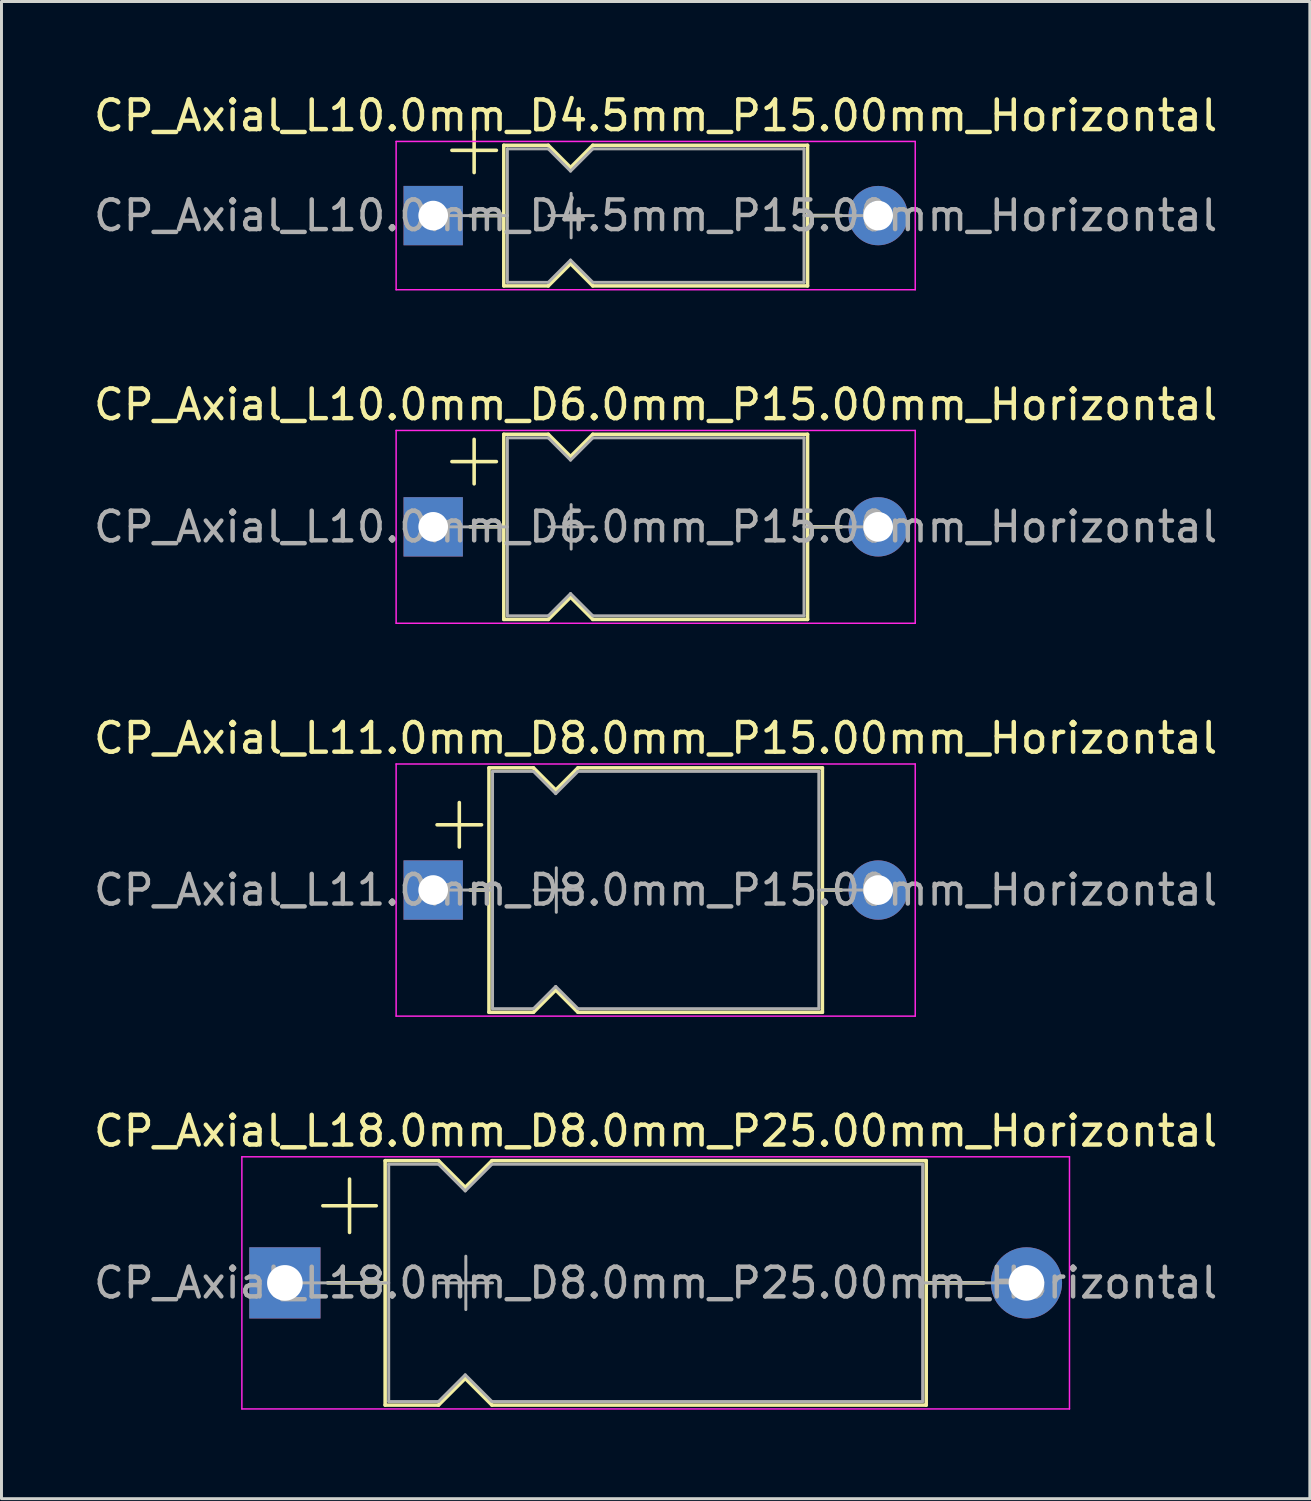
<source format=kicad_pcb>
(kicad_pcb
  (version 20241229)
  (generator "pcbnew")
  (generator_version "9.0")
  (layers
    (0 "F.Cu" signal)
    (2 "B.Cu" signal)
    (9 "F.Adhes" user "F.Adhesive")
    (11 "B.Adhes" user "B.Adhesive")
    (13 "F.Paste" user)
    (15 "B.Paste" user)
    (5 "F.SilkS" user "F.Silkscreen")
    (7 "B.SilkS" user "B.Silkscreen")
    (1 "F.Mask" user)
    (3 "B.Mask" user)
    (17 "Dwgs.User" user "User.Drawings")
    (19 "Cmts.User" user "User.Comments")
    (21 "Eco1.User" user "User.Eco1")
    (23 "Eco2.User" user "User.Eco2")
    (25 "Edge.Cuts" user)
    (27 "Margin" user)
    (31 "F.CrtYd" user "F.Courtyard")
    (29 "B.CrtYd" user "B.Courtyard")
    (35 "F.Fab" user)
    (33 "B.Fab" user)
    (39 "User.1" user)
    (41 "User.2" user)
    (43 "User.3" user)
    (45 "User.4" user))
  (footprint "CP_Axial_L11.0mm_D8.0mm_P15.00mm_Horizontal"
    (layer "F.Cu")
    (at 11.554 26.955)
    (property "Reference" "CP_Axial_L11.0mm_D8.0mm_P15.00mm_Horizontal" (at 7.5 -5.12 0) (layer "F.SilkS") (effects (font (size 1 1) (thickness 0.15))))
    (attr through_hole)
    (fp_line (start 0.13 -2.2) (end 1.63 -2.2) (stroke (width 0.12) (type solid)) (layer "F.SilkS"))
    (fp_line (start 0.88 -2.95) (end 0.88 -1.45) (stroke (width 0.12) (type solid)) (layer "F.SilkS"))
    (fp_line (start 1.24 0) (end 1.88 0) (stroke (width 0.12) (type solid)) (layer "F.SilkS"))
    (fp_line (start 1.88 -4.12) (end 1.88 4.12) (stroke (width 0.12) (type solid)) (layer "F.SilkS"))
    (fp_line (start 1.88 -4.12) (end 3.38 -4.12) (stroke (width 0.12) (type solid)) (layer "F.SilkS"))
    (fp_line (start 1.88 4.12) (end 3.38 4.12) (stroke (width 0.12) (type solid)) (layer "F.SilkS"))
    (fp_line (start 3.38 -4.12) (end 4.13 -3.37) (stroke (width 0.12) (type solid)) (layer "F.SilkS"))
    (fp_line (start 3.38 4.12) (end 4.13 3.37) (stroke (width 0.12) (type solid)) (layer "F.SilkS"))
    (fp_line (start 4.13 -3.37) (end 4.88 -4.12) (stroke (width 0.12) (type solid)) (layer "F.SilkS"))
    (fp_line (start 4.13 3.37) (end 4.88 4.12) (stroke (width 0.12) (type solid)) (layer "F.SilkS"))
    (fp_line (start 4.88 -4.12) (end 13.12 -4.12) (stroke (width 0.12) (type solid)) (layer "F.SilkS"))
    (fp_line (start 4.88 4.12) (end 13.12 4.12) (stroke (width 0.12) (type solid)) (layer "F.SilkS"))
    (fp_line (start 13.12 -4.12) (end 13.12 4.12) (stroke (width 0.12) (type solid)) (layer "F.SilkS"))
    (fp_line (start 13.76 0) (end 13.12 0) (stroke (width 0.12) (type solid)) (layer "F.SilkS"))
    (fp_line (start -1.25 -4.25) (end -1.25 4.25) (stroke (width 0.05) (type solid)) (layer "F.CrtYd"))
    (fp_line (start -1.25 4.25) (end 16.25 4.25) (stroke (width 0.05) (type solid)) (layer "F.CrtYd"))
    (fp_line (start 16.25 -4.25) (end -1.25 -4.25) (stroke (width 0.05) (type solid)) (layer "F.CrtYd"))
    (fp_line (start 16.25 4.25) (end 16.25 -4.25) (stroke (width 0.05) (type solid)) (layer "F.CrtYd"))
    (fp_line (start 0 0) (end 2 0) (stroke (width 0.1) (type solid)) (layer "F.Fab"))
    (fp_line (start 2 -4) (end 2 4) (stroke (width 0.1) (type solid)) (layer "F.Fab"))
    (fp_line (start 2 -4) (end 3.38 -4) (stroke (width 0.1) (type solid)) (layer "F.Fab"))
    (fp_line (start 2 4) (end 3.38 4) (stroke (width 0.1) (type solid)) (layer "F.Fab"))
    (fp_line (start 3.38 -4) (end 4.13 -3.25) (stroke (width 0.1) (type solid)) (layer "F.Fab"))
    (fp_line (start 3.38 4) (end 4.13 3.25) (stroke (width 0.1) (type solid)) (layer "F.Fab"))
    (fp_line (start 3.4 0) (end 4.9 0) (stroke (width 0.1) (type solid)) (layer "F.Fab"))
    (fp_line (start 4.13 -3.25) (end 4.88 -4) (stroke (width 0.1) (type solid)) (layer "F.Fab"))
    (fp_line (start 4.13 3.25) (end 4.88 4) (stroke (width 0.1) (type solid)) (layer "F.Fab"))
    (fp_line (start 4.15 -0.75) (end 4.15 0.75) (stroke (width 0.1) (type solid)) (layer "F.Fab"))
    (fp_line (start 4.88 -4) (end 13 -4) (stroke (width 0.1) (type solid)) (layer "F.Fab"))
    (fp_line (start 4.88 4) (end 13 4) (stroke (width 0.1) (type solid)) (layer "F.Fab"))
    (fp_line (start 13 -4) (end 13 4) (stroke (width 0.1) (type solid)) (layer "F.Fab"))
    (fp_line (start 15 0) (end 13 0) (stroke (width 0.1) (type solid)) (layer "F.Fab"))
    (fp_text user "${REFERENCE}" (at 7.5 0 0) (layer "F.Fab") (effects (font (size 1 1) (thickness 0.15))))
    (pad "1" thru_hole rect (at 0 0) (size 2 2) (drill 1) (layers "*.Cu" "*.Mask"))
    (pad "2" thru_hole oval (at 15 0) (size 2 2) (drill 1) (layers "*.Cu" "*.Mask")))
  (footprint "CP_Axial_L10.0mm_D4.5mm_P15.00mm_Horizontal"
    (layer "F.Cu")
    (at 11.554 4.218)
    (property "Reference" "CP_Axial_L10.0mm_D4.5mm_P15.00mm_Horizontal" (at 7.5 -3.37 0) (layer "F.SilkS") (effects (font (size 1 1) (thickness 0.15))))
    (attr through_hole)
    (fp_line (start 0.63 -2.2) (end 2.13 -2.2) (stroke (width 0.12) (type solid)) (layer "F.SilkS"))
    (fp_line (start 1.24 0) (end 2.38 0) (stroke (width 0.12) (type solid)) (layer "F.SilkS"))
    (fp_line (start 1.38 -2.95) (end 1.38 -1.45) (stroke (width 0.12) (type solid)) (layer "F.SilkS"))
    (fp_line (start 2.38 -2.37) (end 2.38 2.37) (stroke (width 0.12) (type solid)) (layer "F.SilkS"))
    (fp_line (start 2.38 -2.37) (end 3.88 -2.37) (stroke (width 0.12) (type solid)) (layer "F.SilkS"))
    (fp_line (start 2.38 2.37) (end 3.88 2.37) (stroke (width 0.12) (type solid)) (layer "F.SilkS"))
    (fp_line (start 3.88 -2.37) (end 4.63 -1.62) (stroke (width 0.12) (type solid)) (layer "F.SilkS"))
    (fp_line (start 3.88 2.37) (end 4.63 1.62) (stroke (width 0.12) (type solid)) (layer "F.SilkS"))
    (fp_line (start 4.63 -1.62) (end 5.38 -2.37) (stroke (width 0.12) (type solid)) (layer "F.SilkS"))
    (fp_line (start 4.63 1.62) (end 5.38 2.37) (stroke (width 0.12) (type solid)) (layer "F.SilkS"))
    (fp_line (start 5.38 -2.37) (end 12.62 -2.37) (stroke (width 0.12) (type solid)) (layer "F.SilkS"))
    (fp_line (start 5.38 2.37) (end 12.62 2.37) (stroke (width 0.12) (type solid)) (layer "F.SilkS"))
    (fp_line (start 12.62 -2.37) (end 12.62 2.37) (stroke (width 0.12) (type solid)) (layer "F.SilkS"))
    (fp_line (start 13.76 0) (end 12.62 0) (stroke (width 0.12) (type solid)) (layer "F.SilkS"))
    (fp_line (start -1.25 -2.5) (end -1.25 2.5) (stroke (width 0.05) (type solid)) (layer "F.CrtYd"))
    (fp_line (start -1.25 2.5) (end 16.25 2.5) (stroke (width 0.05) (type solid)) (layer "F.CrtYd"))
    (fp_line (start 16.25 -2.5) (end -1.25 -2.5) (stroke (width 0.05) (type solid)) (layer "F.CrtYd"))
    (fp_line (start 16.25 2.5) (end 16.25 -2.5) (stroke (width 0.05) (type solid)) (layer "F.CrtYd"))
    (fp_line (start 0 0) (end 2.5 0) (stroke (width 0.1) (type solid)) (layer "F.Fab"))
    (fp_line (start 2.5 -2.25) (end 2.5 2.25) (stroke (width 0.1) (type solid)) (layer "F.Fab"))
    (fp_line (start 2.5 -2.25) (end 3.88 -2.25) (stroke (width 0.1) (type solid)) (layer "F.Fab"))
    (fp_line (start 2.5 2.25) (end 3.88 2.25) (stroke (width 0.1) (type solid)) (layer "F.Fab"))
    (fp_line (start 3.88 -2.25) (end 4.63 -1.5) (stroke (width 0.1) (type solid)) (layer "F.Fab"))
    (fp_line (start 3.88 2.25) (end 4.63 1.5) (stroke (width 0.1) (type solid)) (layer "F.Fab"))
    (fp_line (start 3.9 0) (end 5.4 0) (stroke (width 0.1) (type solid)) (layer "F.Fab"))
    (fp_line (start 4.63 -1.5) (end 5.38 -2.25) (stroke (width 0.1) (type solid)) (layer "F.Fab"))
    (fp_line (start 4.63 1.5) (end 5.38 2.25) (stroke (width 0.1) (type solid)) (layer "F.Fab"))
    (fp_line (start 4.65 -0.75) (end 4.65 0.75) (stroke (width 0.1) (type solid)) (layer "F.Fab"))
    (fp_line (start 5.38 -2.25) (end 12.5 -2.25) (stroke (width 0.1) (type solid)) (layer "F.Fab"))
    (fp_line (start 5.38 2.25) (end 12.5 2.25) (stroke (width 0.1) (type solid)) (layer "F.Fab"))
    (fp_line (start 12.5 -2.25) (end 12.5 2.25) (stroke (width 0.1) (type solid)) (layer "F.Fab"))
    (fp_line (start 15 0) (end 12.5 0) (stroke (width 0.1) (type solid)) (layer "F.Fab"))
    (fp_text user "${REFERENCE}" (at 7.5 0 0) (layer "F.Fab") (effects (font (size 1 1) (thickness 0.15))))
    (pad "1" thru_hole rect (at 0 0) (size 2 2) (drill 1) (layers "*.Cu" "*.Mask"))
    (pad "2" thru_hole oval (at 15 0) (size 2 2) (drill 1) (layers "*.Cu" "*.Mask")))
  (footprint "CP_Axial_L18.0mm_D8.0mm_P25.00mm_Horizontal"
    (layer "F.Cu")
    (at 6.554 40.198)
    (property "Reference" "CP_Axial_L18.0mm_D8.0mm_P25.00mm_Horizontal" (at 12.5 -5.12 0) (layer "F.SilkS") (effects (font (size 1 1) (thickness 0.15))))
    (attr through_hole)
    (fp_line (start 1.28 -2.6) (end 3.08 -2.6) (stroke (width 0.12) (type solid)) (layer "F.SilkS"))
    (fp_line (start 1.44 0) (end 3.38 0) (stroke (width 0.12) (type solid)) (layer "F.SilkS"))
    (fp_line (start 2.18 -3.5) (end 2.18 -1.7) (stroke (width 0.12) (type solid)) (layer "F.SilkS"))
    (fp_line (start 3.38 -4.12) (end 3.38 4.12) (stroke (width 0.12) (type solid)) (layer "F.SilkS"))
    (fp_line (start 3.38 -4.12) (end 5.18 -4.12) (stroke (width 0.12) (type solid)) (layer "F.SilkS"))
    (fp_line (start 3.38 4.12) (end 5.18 4.12) (stroke (width 0.12) (type solid)) (layer "F.SilkS"))
    (fp_line (start 5.18 -4.12) (end 6.08 -3.22) (stroke (width 0.12) (type solid)) (layer "F.SilkS"))
    (fp_line (start 5.18 4.12) (end 6.08 3.22) (stroke (width 0.12) (type solid)) (layer "F.SilkS"))
    (fp_line (start 6.08 -3.22) (end 6.98 -4.12) (stroke (width 0.12) (type solid)) (layer "F.SilkS"))
    (fp_line (start 6.08 3.22) (end 6.98 4.12) (stroke (width 0.12) (type solid)) (layer "F.SilkS"))
    (fp_line (start 6.98 -4.12) (end 21.62 -4.12) (stroke (width 0.12) (type solid)) (layer "F.SilkS"))
    (fp_line (start 6.98 4.12) (end 21.62 4.12) (stroke (width 0.12) (type solid)) (layer "F.SilkS"))
    (fp_line (start 21.62 -4.12) (end 21.62 4.12) (stroke (width 0.12) (type solid)) (layer "F.SilkS"))
    (fp_line (start 23.56 0) (end 21.62 0) (stroke (width 0.12) (type solid)) (layer "F.SilkS"))
    (fp_line (start -1.45 -4.25) (end -1.45 4.25) (stroke (width 0.05) (type solid)) (layer "F.CrtYd"))
    (fp_line (start -1.45 4.25) (end 26.45 4.25) (stroke (width 0.05) (type solid)) (layer "F.CrtYd"))
    (fp_line (start 26.45 -4.25) (end -1.45 -4.25) (stroke (width 0.05) (type solid)) (layer "F.CrtYd"))
    (fp_line (start 26.45 4.25) (end 26.45 -4.25) (stroke (width 0.05) (type solid)) (layer "F.CrtYd"))
    (fp_line (start 0 0) (end 3.5 0) (stroke (width 0.1) (type solid)) (layer "F.Fab"))
    (fp_line (start 3.5 -4) (end 3.5 4) (stroke (width 0.1) (type solid)) (layer "F.Fab"))
    (fp_line (start 3.5 -4) (end 5.18 -4) (stroke (width 0.1) (type solid)) (layer "F.Fab"))
    (fp_line (start 3.5 4) (end 5.18 4) (stroke (width 0.1) (type solid)) (layer "F.Fab"))
    (fp_line (start 5.18 -4) (end 6.08 -3.1) (stroke (width 0.1) (type solid)) (layer "F.Fab"))
    (fp_line (start 5.18 4) (end 6.08 3.1) (stroke (width 0.1) (type solid)) (layer "F.Fab"))
    (fp_line (start 5.2 0) (end 7 0) (stroke (width 0.1) (type solid)) (layer "F.Fab"))
    (fp_line (start 6.08 -3.1) (end 6.98 -4) (stroke (width 0.1) (type solid)) (layer "F.Fab"))
    (fp_line (start 6.08 3.1) (end 6.98 4) (stroke (width 0.1) (type solid)) (layer "F.Fab"))
    (fp_line (start 6.1 -0.9) (end 6.1 0.9) (stroke (width 0.1) (type solid)) (layer "F.Fab"))
    (fp_line (start 6.98 -4) (end 21.5 -4) (stroke (width 0.1) (type solid)) (layer "F.Fab"))
    (fp_line (start 6.98 4) (end 21.5 4) (stroke (width 0.1) (type solid)) (layer "F.Fab"))
    (fp_line (start 21.5 -4) (end 21.5 4) (stroke (width 0.1) (type solid)) (layer "F.Fab"))
    (fp_line (start 25 0) (end 21.5 0) (stroke (width 0.1) (type solid)) (layer "F.Fab"))
    (fp_text user "${REFERENCE}" (at 12.5 0 0) (layer "F.Fab") (effects (font (size 1 1) (thickness 0.15))))
    (pad "1" thru_hole rect (at 0 0) (size 2.4 2.4) (drill 1.2) (layers "*.Cu" "*.Mask"))
    (pad "2" thru_hole oval (at 25 0) (size 2.4 2.4) (drill 1.2) (layers "*.Cu" "*.Mask")))
  (footprint "CP_Axial_L10.0mm_D6.0mm_P15.00mm_Horizontal"
    (layer "F.Cu")
    (at 11.554 14.711)
    (property "Reference" "CP_Axial_L10.0mm_D6.0mm_P15.00mm_Horizontal" (at 7.5 -4.12 0) (layer "F.SilkS") (effects (font (size 1 1) (thickness 0.15))))
    (attr through_hole)
    (fp_line (start 0.63 -2.2) (end 2.13 -2.2) (stroke (width 0.12) (type solid)) (layer "F.SilkS"))
    (fp_line (start 1.24 0) (end 2.38 0) (stroke (width 0.12) (type solid)) (layer "F.SilkS"))
    (fp_line (start 1.38 -2.95) (end 1.38 -1.45) (stroke (width 0.12) (type solid)) (layer "F.SilkS"))
    (fp_line (start 2.38 -3.12) (end 2.38 3.12) (stroke (width 0.12) (type solid)) (layer "F.SilkS"))
    (fp_line (start 2.38 -3.12) (end 3.88 -3.12) (stroke (width 0.12) (type solid)) (layer "F.SilkS"))
    (fp_line (start 2.38 3.12) (end 3.88 3.12) (stroke (width 0.12) (type solid)) (layer "F.SilkS"))
    (fp_line (start 3.88 -3.12) (end 4.63 -2.37) (stroke (width 0.12) (type solid)) (layer "F.SilkS"))
    (fp_line (start 3.88 3.12) (end 4.63 2.37) (stroke (width 0.12) (type solid)) (layer "F.SilkS"))
    (fp_line (start 4.63 -2.37) (end 5.38 -3.12) (stroke (width 0.12) (type solid)) (layer "F.SilkS"))
    (fp_line (start 4.63 2.37) (end 5.38 3.12) (stroke (width 0.12) (type solid)) (layer "F.SilkS"))
    (fp_line (start 5.38 -3.12) (end 12.62 -3.12) (stroke (width 0.12) (type solid)) (layer "F.SilkS"))
    (fp_line (start 5.38 3.12) (end 12.62 3.12) (stroke (width 0.12) (type solid)) (layer "F.SilkS"))
    (fp_line (start 12.62 -3.12) (end 12.62 3.12) (stroke (width 0.12) (type solid)) (layer "F.SilkS"))
    (fp_line (start 13.76 0) (end 12.62 0) (stroke (width 0.12) (type solid)) (layer "F.SilkS"))
    (fp_line (start -1.25 -3.25) (end -1.25 3.25) (stroke (width 0.05) (type solid)) (layer "F.CrtYd"))
    (fp_line (start -1.25 3.25) (end 16.25 3.25) (stroke (width 0.05) (type solid)) (layer "F.CrtYd"))
    (fp_line (start 16.25 -3.25) (end -1.25 -3.25) (stroke (width 0.05) (type solid)) (layer "F.CrtYd"))
    (fp_line (start 16.25 3.25) (end 16.25 -3.25) (stroke (width 0.05) (type solid)) (layer "F.CrtYd"))
    (fp_line (start 0 0) (end 2.5 0) (stroke (width 0.1) (type solid)) (layer "F.Fab"))
    (fp_line (start 2.5 -3) (end 2.5 3) (stroke (width 0.1) (type solid)) (layer "F.Fab"))
    (fp_line (start 2.5 -3) (end 3.88 -3) (stroke (width 0.1) (type solid)) (layer "F.Fab"))
    (fp_line (start 2.5 3) (end 3.88 3) (stroke (width 0.1) (type solid)) (layer "F.Fab"))
    (fp_line (start 3.88 -3) (end 4.63 -2.25) (stroke (width 0.1) (type solid)) (layer "F.Fab"))
    (fp_line (start 3.88 3) (end 4.63 2.25) (stroke (width 0.1) (type solid)) (layer "F.Fab"))
    (fp_line (start 3.9 0) (end 5.4 0) (stroke (width 0.1) (type solid)) (layer "F.Fab"))
    (fp_line (start 4.63 -2.25) (end 5.38 -3) (stroke (width 0.1) (type solid)) (layer "F.Fab"))
    (fp_line (start 4.63 2.25) (end 5.38 3) (stroke (width 0.1) (type solid)) (layer "F.Fab"))
    (fp_line (start 4.65 -0.75) (end 4.65 0.75) (stroke (width 0.1) (type solid)) (layer "F.Fab"))
    (fp_line (start 5.38 -3) (end 12.5 -3) (stroke (width 0.1) (type solid)) (layer "F.Fab"))
    (fp_line (start 5.38 3) (end 12.5 3) (stroke (width 0.1) (type solid)) (layer "F.Fab"))
    (fp_line (start 12.5 -3) (end 12.5 3) (stroke (width 0.1) (type solid)) (layer "F.Fab"))
    (fp_line (start 15 0) (end 12.5 0) (stroke (width 0.1) (type solid)) (layer "F.Fab"))
    (fp_text user "${REFERENCE}" (at 7.5 0 0) (layer "F.Fab") (effects (font (size 1 1) (thickness 0.15))))
    (pad "1" thru_hole rect (at 0 0) (size 2 2) (drill 1) (layers "*.Cu" "*.Mask"))
    (pad "2" thru_hole oval (at 15 0) (size 2 2) (drill 1) (layers "*.Cu" "*.Mask")))
  (gr_rect
    (start -3 -3)
    (end 41.107 47.473)
    (stroke (width 0.1) (type default))
    (fill no)
    (layer "Edge.Cuts")))
</source>
